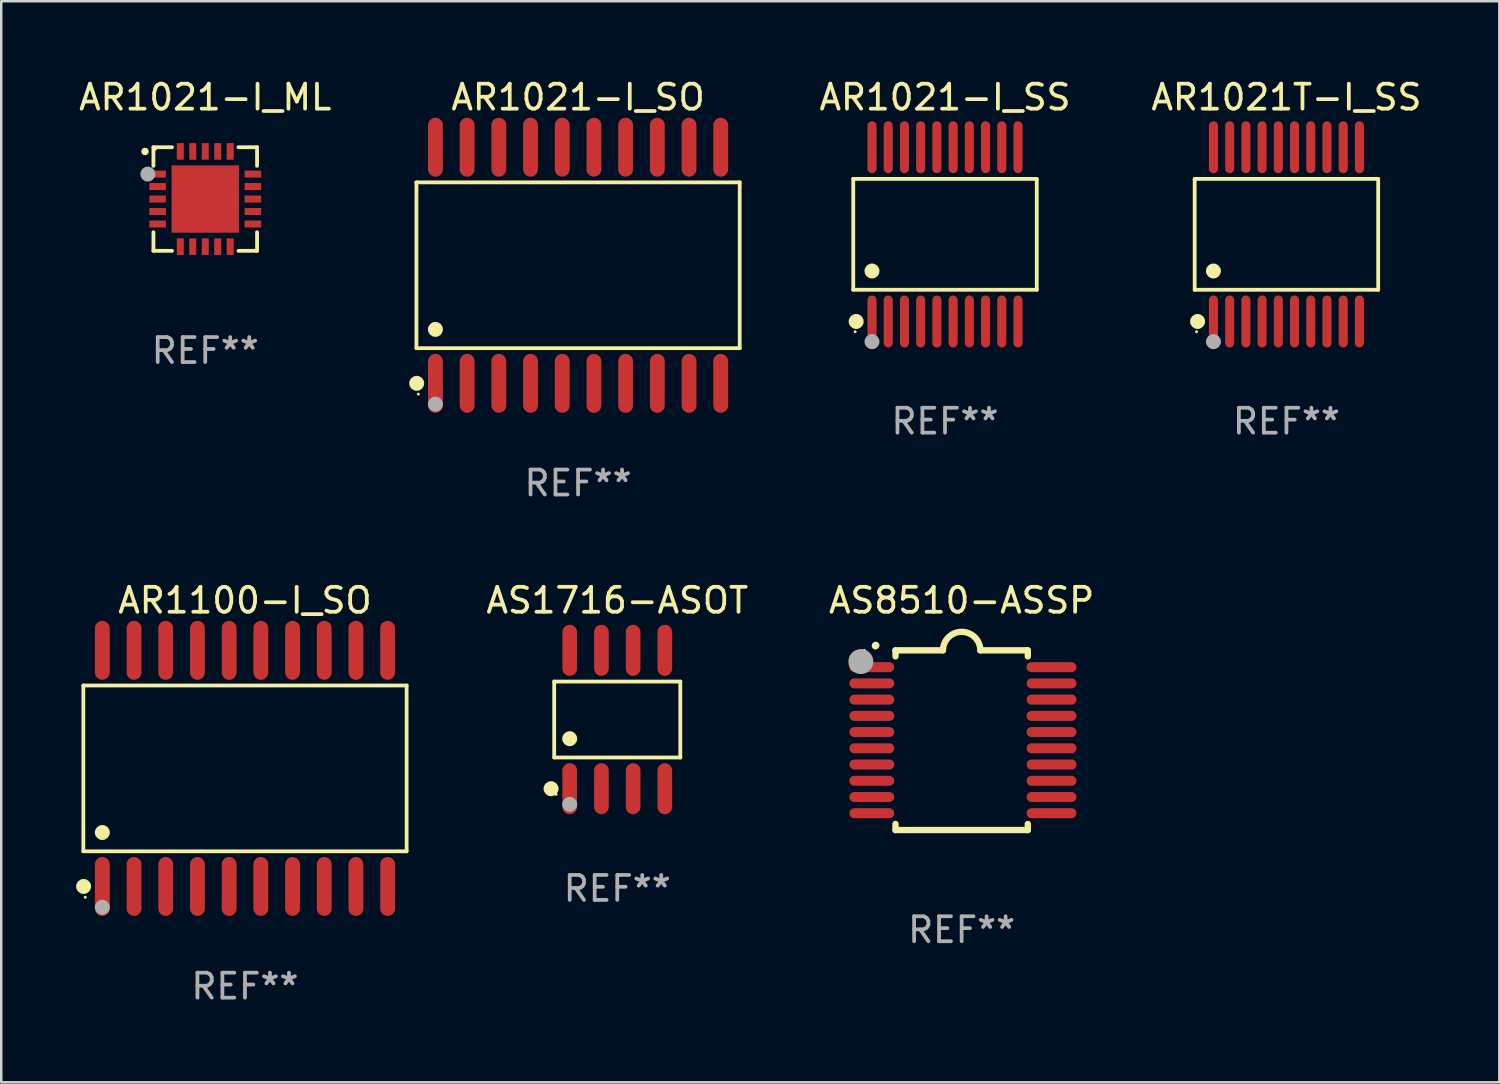
<source format=kicad_pcb>
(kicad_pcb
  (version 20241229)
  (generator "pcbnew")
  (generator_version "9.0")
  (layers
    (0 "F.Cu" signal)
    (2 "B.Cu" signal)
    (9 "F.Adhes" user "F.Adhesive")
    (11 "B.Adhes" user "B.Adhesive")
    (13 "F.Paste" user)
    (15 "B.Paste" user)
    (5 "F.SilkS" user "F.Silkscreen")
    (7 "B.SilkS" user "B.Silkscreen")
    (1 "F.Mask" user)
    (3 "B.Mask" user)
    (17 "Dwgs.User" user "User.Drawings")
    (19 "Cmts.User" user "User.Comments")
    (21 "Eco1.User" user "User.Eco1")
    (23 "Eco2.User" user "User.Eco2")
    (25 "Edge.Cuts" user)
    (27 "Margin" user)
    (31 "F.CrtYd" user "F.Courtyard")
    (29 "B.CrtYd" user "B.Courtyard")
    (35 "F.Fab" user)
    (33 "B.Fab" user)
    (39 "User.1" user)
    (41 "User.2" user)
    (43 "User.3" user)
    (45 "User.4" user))
  (footprint "AR1021-I_SS"
    (layer "F.Cu")
    (at 34.811 6.339)
    (property "Reference" "AR1021-I_SS" (at 0 -5.491 0) (layer "F.SilkS") (effects (font (size 1 1) (thickness 0.15))))
    (attr through_hole)
    (fp_line (start -3.676 -2.221) (end 3.676 -2.221) (stroke (width 0.152) (type solid)) (layer "F.SilkS"))
    (fp_line (start -3.676 2.221) (end -3.676 -2.221) (stroke (width 0.152) (type solid)) (layer "F.SilkS"))
    (fp_line (start 3.676 -2.221) (end 3.676 2.221) (stroke (width 0.152) (type solid)) (layer "F.SilkS"))
    (fp_line (start 3.676 2.221) (end -3.676 2.221) (stroke (width 0.152) (type solid)) (layer "F.SilkS"))
    (fp_circle (center -3.6 3.9) (end -3.57 3.9) (stroke (width 0.06) (type solid)) (fill no) (layer "F.SilkS"))
    (fp_circle (center -3.559 3.491) (end -3.409 3.491) (stroke (width 0.3) (type solid)) (fill no) (layer "F.SilkS"))
    (fp_circle (center -2.925 1.469) (end -2.775 1.469) (stroke (width 0.3) (type solid)) (fill no) (layer "F.SilkS"))
    (fp_circle (center -2.925 4.3) (end -2.775 4.3) (stroke (width 0.3) (type solid)) (fill no) (layer "F.Fab"))
    (fp_text user "REF**" (at 0 7.491 0) (layer "F.Fab") (effects (font (size 1 1) (thickness 0.15))))
    (pad "1" smd oval (at -2.925 3.491) (size 0.364 2.082) (layers "F.Cu" "F.Mask" "F.Paste"))
    (pad "2" smd oval (at -2.275 3.491) (size 0.364 2.082) (layers "F.Cu" "F.Mask" "F.Paste"))
    (pad "3" smd oval (at -1.625 3.491) (size 0.364 2.082) (layers "F.Cu" "F.Mask" "F.Paste"))
    (pad "4" smd oval (at -0.975 3.491) (size 0.364 2.082) (layers "F.Cu" "F.Mask" "F.Paste"))
    (pad "5" smd oval (at -0.325 3.491) (size 0.364 2.082) (layers "F.Cu" "F.Mask" "F.Paste"))
    (pad "6" smd oval (at 0.325 3.491) (size 0.364 2.082) (layers "F.Cu" "F.Mask" "F.Paste"))
    (pad "7" smd oval (at 0.975 3.491) (size 0.364 2.082) (layers "F.Cu" "F.Mask" "F.Paste"))
    (pad "8" smd oval (at 1.625 3.491) (size 0.364 2.082) (layers "F.Cu" "F.Mask" "F.Paste"))
    (pad "9" smd oval (at 2.275 3.491) (size 0.364 2.082) (layers "F.Cu" "F.Mask" "F.Paste"))
    (pad "10" smd oval (at 2.925 3.491) (size 0.364 2.082) (layers "F.Cu" "F.Mask" "F.Paste"))
    (pad "11" smd oval (at 2.925 -3.491) (size 0.364 2.082) (layers "F.Cu" "F.Mask" "F.Paste"))
    (pad "12" smd oval (at 2.275 -3.491) (size 0.364 2.082) (layers "F.Cu" "F.Mask" "F.Paste"))
    (pad "13" smd oval (at 1.625 -3.491) (size 0.364 2.082) (layers "F.Cu" "F.Mask" "F.Paste"))
    (pad "14" smd oval (at 0.975 -3.491) (size 0.364 2.082) (layers "F.Cu" "F.Mask" "F.Paste"))
    (pad "15" smd oval (at 0.325 -3.491) (size 0.364 2.082) (layers "F.Cu" "F.Mask" "F.Paste"))
    (pad "16" smd oval (at -0.325 -3.491) (size 0.364 2.082) (layers "F.Cu" "F.Mask" "F.Paste"))
    (pad "17" smd oval (at -0.975 -3.491) (size 0.364 2.082) (layers "F.Cu" "F.Mask" "F.Paste"))
    (pad "18" smd oval (at -1.625 -3.491) (size 0.364 2.082) (layers "F.Cu" "F.Mask" "F.Paste"))
    (pad "19" smd oval (at -2.275 -3.491) (size 0.364 2.082) (layers "F.Cu" "F.Mask" "F.Paste"))
    (pad "20" smd oval (at -2.925 -3.491) (size 0.364 2.082) (layers "F.Cu" "F.Mask" "F.Paste")))
  (footprint "AR1021-I_SO"
    (layer "F.Cu")
    (at 20.11 7.578)
    (property "Reference" "AR1021-I_SO" (at 0 -6.73 0) (layer "F.SilkS") (effects (font (size 1 1) (thickness 0.15))))
    (attr through_hole)
    (fp_line (start -6.476 -3.321) (end 6.476 -3.321) (stroke (width 0.152) (type solid)) (layer "F.SilkS"))
    (fp_line (start -6.476 3.321) (end -6.476 -3.321) (stroke (width 0.152) (type solid)) (layer "F.SilkS"))
    (fp_line (start 6.476 -3.321) (end 6.476 3.321) (stroke (width 0.152) (type solid)) (layer "F.SilkS"))
    (fp_line (start 6.476 3.321) (end -6.476 3.321) (stroke (width 0.152) (type solid)) (layer "F.SilkS"))
    (fp_circle (center -6.465 4.73) (end -6.315 4.73) (stroke (width 0.3) (type solid)) (fill no) (layer "F.SilkS"))
    (fp_circle (center -6.4 5.163) (end -6.37 5.163) (stroke (width 0.06) (type solid)) (fill no) (layer "F.SilkS"))
    (fp_circle (center -5.715 2.569) (end -5.565 2.569) (stroke (width 0.3) (type solid)) (fill no) (layer "F.SilkS"))
    (fp_circle (center -5.715 5.563) (end -5.565 5.563) (stroke (width 0.3) (type solid)) (fill no) (layer "F.Fab"))
    (fp_text user "REF**" (at 0 8.73 0) (layer "F.Fab") (effects (font (size 1 1) (thickness 0.15))))
    (pad "1" smd oval (at -5.715 4.73) (size 0.595 2.36) (layers "F.Cu" "F.Mask" "F.Paste"))
    (pad "2" smd oval (at -4.445 4.73) (size 0.595 2.36) (layers "F.Cu" "F.Mask" "F.Paste"))
    (pad "3" smd oval (at -3.175 4.73) (size 0.595 2.36) (layers "F.Cu" "F.Mask" "F.Paste"))
    (pad "4" smd oval (at -1.905 4.73) (size 0.595 2.36) (layers "F.Cu" "F.Mask" "F.Paste"))
    (pad "5" smd oval (at -0.635 4.73) (size 0.595 2.36) (layers "F.Cu" "F.Mask" "F.Paste"))
    (pad "6" smd oval (at 0.635 4.73) (size 0.595 2.36) (layers "F.Cu" "F.Mask" "F.Paste"))
    (pad "7" smd oval (at 1.905 4.73) (size 0.595 2.36) (layers "F.Cu" "F.Mask" "F.Paste"))
    (pad "8" smd oval (at 3.175 4.73) (size 0.595 2.36) (layers "F.Cu" "F.Mask" "F.Paste"))
    (pad "9" smd oval (at 4.445 4.73) (size 0.595 2.36) (layers "F.Cu" "F.Mask" "F.Paste"))
    (pad "10" smd oval (at 5.715 4.73) (size 0.595 2.36) (layers "F.Cu" "F.Mask" "F.Paste"))
    (pad "11" smd oval (at 5.715 -4.73) (size 0.595 2.36) (layers "F.Cu" "F.Mask" "F.Paste"))
    (pad "12" smd oval (at 4.445 -4.73) (size 0.595 2.36) (layers "F.Cu" "F.Mask" "F.Paste"))
    (pad "13" smd oval (at 3.175 -4.73) (size 0.595 2.36) (layers "F.Cu" "F.Mask" "F.Paste"))
    (pad "14" smd oval (at 1.905 -4.73) (size 0.595 2.36) (layers "F.Cu" "F.Mask" "F.Paste"))
    (pad "15" smd oval (at 0.635 -4.73) (size 0.595 2.36) (layers "F.Cu" "F.Mask" "F.Paste"))
    (pad "16" smd oval (at -0.635 -4.73) (size 0.595 2.36) (layers "F.Cu" "F.Mask" "F.Paste"))
    (pad "17" smd oval (at -1.905 -4.73) (size 0.595 2.36) (layers "F.Cu" "F.Mask" "F.Paste"))
    (pad "18" smd oval (at -3.175 -4.73) (size 0.595 2.36) (layers "F.Cu" "F.Mask" "F.Paste"))
    (pad "19" smd oval (at -4.445 -4.73) (size 0.595 2.36) (layers "F.Cu" "F.Mask" "F.Paste"))
    (pad "20" smd oval (at -5.715 -4.73) (size 0.595 2.36) (layers "F.Cu" "F.Mask" "F.Paste")))
  (footprint "AR1021T-I_SS"
    (layer "F.Cu")
    (at 48.49 6.339)
    (property "Reference" "AR1021T-I_SS" (at 0 -5.491 0) (layer "F.SilkS") (effects (font (size 1 1) (thickness 0.15))))
    (attr through_hole)
    (fp_line (start -3.676 -2.221) (end 3.676 -2.221) (stroke (width 0.152) (type solid)) (layer "F.SilkS"))
    (fp_line (start -3.676 2.221) (end -3.676 -2.221) (stroke (width 0.152) (type solid)) (layer "F.SilkS"))
    (fp_line (start 3.676 -2.221) (end 3.676 2.221) (stroke (width 0.152) (type solid)) (layer "F.SilkS"))
    (fp_line (start 3.676 2.221) (end -3.676 2.221) (stroke (width 0.152) (type solid)) (layer "F.SilkS"))
    (fp_circle (center -3.6 3.9) (end -3.57 3.9) (stroke (width 0.06) (type solid)) (fill no) (layer "F.SilkS"))
    (fp_circle (center -3.559 3.491) (end -3.409 3.491) (stroke (width 0.3) (type solid)) (fill no) (layer "F.SilkS"))
    (fp_circle (center -2.925 1.469) (end -2.775 1.469) (stroke (width 0.3) (type solid)) (fill no) (layer "F.SilkS"))
    (fp_circle (center -2.925 4.3) (end -2.775 4.3) (stroke (width 0.3) (type solid)) (fill no) (layer "F.Fab"))
    (fp_text user "REF**" (at 0 7.491 0) (layer "F.Fab") (effects (font (size 1 1) (thickness 0.15))))
    (pad "1" smd oval (at -2.925 3.491) (size 0.364 2.082) (layers "F.Cu" "F.Mask" "F.Paste"))
    (pad "2" smd oval (at -2.275 3.491) (size 0.364 2.082) (layers "F.Cu" "F.Mask" "F.Paste"))
    (pad "3" smd oval (at -1.625 3.491) (size 0.364 2.082) (layers "F.Cu" "F.Mask" "F.Paste"))
    (pad "4" smd oval (at -0.975 3.491) (size 0.364 2.082) (layers "F.Cu" "F.Mask" "F.Paste"))
    (pad "5" smd oval (at -0.325 3.491) (size 0.364 2.082) (layers "F.Cu" "F.Mask" "F.Paste"))
    (pad "6" smd oval (at 0.325 3.491) (size 0.364 2.082) (layers "F.Cu" "F.Mask" "F.Paste"))
    (pad "7" smd oval (at 0.975 3.491) (size 0.364 2.082) (layers "F.Cu" "F.Mask" "F.Paste"))
    (pad "8" smd oval (at 1.625 3.491) (size 0.364 2.082) (layers "F.Cu" "F.Mask" "F.Paste"))
    (pad "9" smd oval (at 2.275 3.491) (size 0.364 2.082) (layers "F.Cu" "F.Mask" "F.Paste"))
    (pad "10" smd oval (at 2.925 3.491) (size 0.364 2.082) (layers "F.Cu" "F.Mask" "F.Paste"))
    (pad "11" smd oval (at 2.925 -3.491) (size 0.364 2.082) (layers "F.Cu" "F.Mask" "F.Paste"))
    (pad "12" smd oval (at 2.275 -3.491) (size 0.364 2.082) (layers "F.Cu" "F.Mask" "F.Paste"))
    (pad "13" smd oval (at 1.625 -3.491) (size 0.364 2.082) (layers "F.Cu" "F.Mask" "F.Paste"))
    (pad "14" smd oval (at 0.975 -3.491) (size 0.364 2.082) (layers "F.Cu" "F.Mask" "F.Paste"))
    (pad "15" smd oval (at 0.325 -3.491) (size 0.364 2.082) (layers "F.Cu" "F.Mask" "F.Paste"))
    (pad "16" smd oval (at -0.325 -3.491) (size 0.364 2.082) (layers "F.Cu" "F.Mask" "F.Paste"))
    (pad "17" smd oval (at -0.975 -3.491) (size 0.364 2.082) (layers "F.Cu" "F.Mask" "F.Paste"))
    (pad "18" smd oval (at -1.625 -3.491) (size 0.364 2.082) (layers "F.Cu" "F.Mask" "F.Paste"))
    (pad "19" smd oval (at -2.275 -3.491) (size 0.364 2.082) (layers "F.Cu" "F.Mask" "F.Paste"))
    (pad "20" smd oval (at -2.925 -3.491) (size 0.364 2.082) (layers "F.Cu" "F.Mask" "F.Paste")))
  (footprint "AR1021-I_ML"
    (layer "F.Cu")
    (at 5.173 4.924)
    (property "Reference" "AR1021-I_ML" (at 0 -4.076 0) (layer "F.SilkS") (effects (font (size 1 1) (thickness 0.15))))
    (attr through_hole)
    (fp_line (start -2.076 -2.076) (end -2.076 -1.331) (stroke (width 0.152) (type solid)) (layer "F.SilkS"))
    (fp_line (start -2.076 2.076) (end -2.076 1.331) (stroke (width 0.152) (type solid)) (layer "F.SilkS"))
    (fp_line (start -1.331 -2.076) (end -2.076 -2.076) (stroke (width 0.152) (type solid)) (layer "F.SilkS"))
    (fp_line (start -1.331 2.076) (end -2.076 2.076) (stroke (width 0.152) (type solid)) (layer "F.SilkS"))
    (fp_line (start 1.331 -2.076) (end 2.076 -2.076) (stroke (width 0.152) (type solid)) (layer "F.SilkS"))
    (fp_line (start 1.331 2.076) (end 2.076 2.076) (stroke (width 0.152) (type solid)) (layer "F.SilkS"))
    (fp_line (start 2.076 -2.076) (end 2.076 -1.331) (stroke (width 0.152) (type solid)) (layer "F.SilkS"))
    (fp_line (start 2.076 2.076) (end 2.076 1.331) (stroke (width 0.152) (type solid)) (layer "F.SilkS"))
    (fp_circle (center -2.413 -1.905) (end -2.338 -1.905) (stroke (width 0.15) (type solid)) (fill no) (layer "F.SilkS"))
    (fp_circle (center -2 -2) (end -1.97 -2) (stroke (width 0.06) (type solid)) (fill no) (layer "F.SilkS"))
    (fp_circle (center -2.3 -1) (end -2.15 -1) (stroke (width 0.3) (type solid)) (fill no) (layer "F.Fab"))
    (fp_text user "REF**" (at 0 6.076 0) (layer "F.Fab") (effects (font (size 1 1) (thickness 0.15))))
    (pad "1" smd rect (at -1.908 -1) (size 0.665 0.28) (layers "F.Cu" "F.Mask" "F.Paste"))
    (pad "2" smd rect (at -1.908 -0.5) (size 0.665 0.28) (layers "F.Cu" "F.Mask" "F.Paste"))
    (pad "3" smd rect (at -1.908 0) (size 0.665 0.28) (layers "F.Cu" "F.Mask" "F.Paste"))
    (pad "4" smd rect (at -1.908 0.5) (size 0.665 0.28) (layers "F.Cu" "F.Mask" "F.Paste"))
    (pad "5" smd rect (at -1.908 1) (size 0.665 0.28) (layers "F.Cu" "F.Mask" "F.Paste"))
    (pad "6" smd rect (at -1 1.908) (size 0.28 0.665) (layers "F.Cu" "F.Mask" "F.Paste"))
    (pad "7" smd rect (at -0.5 1.908) (size 0.28 0.665) (layers "F.Cu" "F.Mask" "F.Paste"))
    (pad "8" smd rect (at 0 1.908) (size 0.28 0.665) (layers "F.Cu" "F.Mask" "F.Paste"))
    (pad "9" smd rect (at 0.5 1.908) (size 0.28 0.665) (layers "F.Cu" "F.Mask" "F.Paste"))
    (pad "10" smd rect (at 1 1.908) (size 0.28 0.665) (layers "F.Cu" "F.Mask" "F.Paste"))
    (pad "11" smd rect (at 1.908 1) (size 0.665 0.28) (layers "F.Cu" "F.Mask" "F.Paste"))
    (pad "12" smd rect (at 1.908 0.5) (size 0.665 0.28) (layers "F.Cu" "F.Mask" "F.Paste"))
    (pad "13" smd rect (at 1.908 0) (size 0.665 0.28) (layers "F.Cu" "F.Mask" "F.Paste"))
    (pad "14" smd rect (at 1.908 -0.5) (size 0.665 0.28) (layers "F.Cu" "F.Mask" "F.Paste"))
    (pad "15" smd rect (at 1.908 -1) (size 0.665 0.28) (layers "F.Cu" "F.Mask" "F.Paste"))
    (pad "16" smd rect (at 1 -1.908) (size 0.28 0.665) (layers "F.Cu" "F.Mask" "F.Paste"))
    (pad "17" smd rect (at 0.5 -1.908) (size 0.28 0.665) (layers "F.Cu" "F.Mask" "F.Paste"))
    (pad "18" smd rect (at 0 -1.908) (size 0.28 0.665) (layers "F.Cu" "F.Mask" "F.Paste"))
    (pad "19" smd rect (at -0.5 -1.908) (size 0.28 0.665) (layers "F.Cu" "F.Mask" "F.Paste"))
    (pad "20" smd rect (at -1 -1.908) (size 0.28 0.665) (layers "F.Cu" "F.Mask" "F.Paste"))
    (pad "21" smd rect (at 0 0) (size 2.7 2.7) (layers "F.Cu" "F.Mask" "F.Paste")))
  (footprint "AS8510-ASSP"
    (layer "F.Cu")
    (at 35.478 26.605)
    (property "Reference" "AS8510-ASSP" (at 0 -5.6 0) (layer "F.SilkS") (effects (font (size 1 1) (thickness 0.15))))
    (attr through_hole)
    (fp_line (start -2.65 -3.6) (end -2.65 -3.357) (stroke (width 0.254) (type solid)) (layer "F.SilkS"))
    (fp_line (start -2.65 -3.6) (end -0.75 -3.6) (stroke (width 0.254) (type solid)) (layer "F.SilkS"))
    (fp_line (start -2.65 3.357) (end -2.65 3.6) (stroke (width 0.254) (type solid)) (layer "F.SilkS"))
    (fp_line (start 2.65 -3.6) (end 0.75 -3.6) (stroke (width 0.254) (type solid)) (layer "F.SilkS"))
    (fp_line (start 2.65 -3.6) (end 2.65 -3.357) (stroke (width 0.254) (type solid)) (layer "F.SilkS"))
    (fp_line (start 2.65 3.357) (end 2.65 3.6) (stroke (width 0.254) (type solid)) (layer "F.SilkS"))
    (fp_line (start 2.65 3.6) (end -2.65 3.6) (stroke (width 0.254) (type solid)) (layer "F.SilkS"))
    (fp_arc (start -3.454407 -3.784608) (mid -3.449499 -3.78986) (end -3.444247 -3.794768) (stroke (width 0.3) (type solid)) (layer "F.SilkS"))
    (fp_arc (start -0.749301 -3.599186) (mid -0.000051 -4.348844) (end 0.750013 -3.6) (stroke (width 0.254001) (type solid)) (layer "F.SilkS"))
    (fp_circle (center -3.9 -3.6) (end -3.87 -3.6) (stroke (width 0.06) (type solid)) (fill no) (layer "F.SilkS"))
    (fp_circle (center -4.039 -3.15) (end -3.789 -3.15) (stroke (width 0.5) (type solid)) (fill no) (layer "F.Fab"))
    (fp_text user "REF**" (at 0 7.6 0) (layer "F.Fab") (effects (font (size 1 1) (thickness 0.15))))
    (pad "1" smd oval (at -3.6 -2.926 90) (size 0.4 1.8) (layers "F.Cu" "F.Mask" "F.Paste"))
    (pad "2" smd oval (at -3.6 -2.276 90) (size 0.4 1.8) (layers "F.Cu" "F.Mask" "F.Paste"))
    (pad "3" smd oval (at -3.6 -1.626 90) (size 0.4 1.8) (layers "F.Cu" "F.Mask" "F.Paste"))
    (pad "4" smd oval (at -3.6 -0.975 90) (size 0.4 1.8) (layers "F.Cu" "F.Mask" "F.Paste"))
    (pad "5" smd oval (at -3.6 -0.325 90) (size 0.4 1.8) (layers "F.Cu" "F.Mask" "F.Paste"))
    (pad "6" smd oval (at -3.6 0.325 90) (size 0.4 1.8) (layers "F.Cu" "F.Mask" "F.Paste"))
    (pad "7" smd oval (at -3.6 0.975 90) (size 0.4 1.8) (layers "F.Cu" "F.Mask" "F.Paste"))
    (pad "8" smd oval (at -3.6 1.626 90) (size 0.4 1.8) (layers "F.Cu" "F.Mask" "F.Paste"))
    (pad "9" smd oval (at -3.6 2.276 90) (size 0.4 1.8) (layers "F.Cu" "F.Mask" "F.Paste"))
    (pad "10" smd oval (at -3.6 2.926 90) (size 0.4 1.8) (layers "F.Cu" "F.Mask" "F.Paste"))
    (pad "11" smd oval (at 3.6 2.926 90) (size 0.4 2) (layers "F.Cu" "F.Mask" "F.Paste"))
    (pad "12" smd oval (at 3.6 2.276 90) (size 0.4 2) (layers "F.Cu" "F.Mask" "F.Paste"))
    (pad "13" smd oval (at 3.6 1.626 90) (size 0.4 2) (layers "F.Cu" "F.Mask" "F.Paste"))
    (pad "14" smd oval (at 3.6 0.975 90) (size 0.4 2) (layers "F.Cu" "F.Mask" "F.Paste"))
    (pad "15" smd oval (at 3.6 0.325 90) (size 0.4 2) (layers "F.Cu" "F.Mask" "F.Paste"))
    (pad "16" smd oval (at 3.6 -0.325 90) (size 0.4 2) (layers "F.Cu" "F.Mask" "F.Paste"))
    (pad "17" smd oval (at 3.6 -0.975 90) (size 0.4 2) (layers "F.Cu" "F.Mask" "F.Paste"))
    (pad "18" smd oval (at 3.6 -1.626 90) (size 0.4 2) (layers "F.Cu" "F.Mask" "F.Paste"))
    (pad "19" smd oval (at 3.6 -2.276 90) (size 0.4 2) (layers "F.Cu" "F.Mask" "F.Paste"))
    (pad "20" smd oval (at 3.6 -2.926 90) (size 0.4 2) (layers "F.Cu" "F.Mask" "F.Paste")))
  (footprint "AR1100-I_SO"
    (layer "F.Cu")
    (at 6.765 27.735)
    (property "Reference" "AR1100-I_SO" (at 0 -6.73 0) (layer "F.SilkS") (effects (font (size 1 1) (thickness 0.15))))
    (attr through_hole)
    (fp_line (start -6.476 -3.321) (end 6.476 -3.321) (stroke (width 0.152) (type solid)) (layer "F.SilkS"))
    (fp_line (start -6.476 3.321) (end -6.476 -3.321) (stroke (width 0.152) (type solid)) (layer "F.SilkS"))
    (fp_line (start 6.476 -3.321) (end 6.476 3.321) (stroke (width 0.152) (type solid)) (layer "F.SilkS"))
    (fp_line (start 6.476 3.321) (end -6.476 3.321) (stroke (width 0.152) (type solid)) (layer "F.SilkS"))
    (fp_circle (center -6.465 4.73) (end -6.315 4.73) (stroke (width 0.3) (type solid)) (fill no) (layer "F.SilkS"))
    (fp_circle (center -6.4 5.163) (end -6.37 5.163) (stroke (width 0.06) (type solid)) (fill no) (layer "F.SilkS"))
    (fp_circle (center -5.715 2.569) (end -5.565 2.569) (stroke (width 0.3) (type solid)) (fill no) (layer "F.SilkS"))
    (fp_circle (center -5.715 5.563) (end -5.565 5.563) (stroke (width 0.3) (type solid)) (fill no) (layer "F.Fab"))
    (fp_text user "REF**" (at 0 8.73 0) (layer "F.Fab") (effects (font (size 1 1) (thickness 0.15))))
    (pad "1" smd oval (at -5.715 4.73) (size 0.595 2.36) (layers "F.Cu" "F.Mask" "F.Paste"))
    (pad "2" smd oval (at -4.445 4.73) (size 0.595 2.36) (layers "F.Cu" "F.Mask" "F.Paste"))
    (pad "3" smd oval (at -3.175 4.73) (size 0.595 2.36) (layers "F.Cu" "F.Mask" "F.Paste"))
    (pad "4" smd oval (at -1.905 4.73) (size 0.595 2.36) (layers "F.Cu" "F.Mask" "F.Paste"))
    (pad "5" smd oval (at -0.635 4.73) (size 0.595 2.36) (layers "F.Cu" "F.Mask" "F.Paste"))
    (pad "6" smd oval (at 0.635 4.73) (size 0.595 2.36) (layers "F.Cu" "F.Mask" "F.Paste"))
    (pad "7" smd oval (at 1.905 4.73) (size 0.595 2.36) (layers "F.Cu" "F.Mask" "F.Paste"))
    (pad "8" smd oval (at 3.175 4.73) (size 0.595 2.36) (layers "F.Cu" "F.Mask" "F.Paste"))
    (pad "9" smd oval (at 4.445 4.73) (size 0.595 2.36) (layers "F.Cu" "F.Mask" "F.Paste"))
    (pad "10" smd oval (at 5.715 4.73) (size 0.595 2.36) (layers "F.Cu" "F.Mask" "F.Paste"))
    (pad "11" smd oval (at 5.715 -4.73) (size 0.595 2.36) (layers "F.Cu" "F.Mask" "F.Paste"))
    (pad "12" smd oval (at 4.445 -4.73) (size 0.595 2.36) (layers "F.Cu" "F.Mask" "F.Paste"))
    (pad "13" smd oval (at 3.175 -4.73) (size 0.595 2.36) (layers "F.Cu" "F.Mask" "F.Paste"))
    (pad "14" smd oval (at 1.905 -4.73) (size 0.595 2.36) (layers "F.Cu" "F.Mask" "F.Paste"))
    (pad "15" smd oval (at 0.635 -4.73) (size 0.595 2.36) (layers "F.Cu" "F.Mask" "F.Paste"))
    (pad "16" smd oval (at -0.635 -4.73) (size 0.595 2.36) (layers "F.Cu" "F.Mask" "F.Paste"))
    (pad "17" smd oval (at -1.905 -4.73) (size 0.595 2.36) (layers "F.Cu" "F.Mask" "F.Paste"))
    (pad "18" smd oval (at -3.175 -4.73) (size 0.595 2.36) (layers "F.Cu" "F.Mask" "F.Paste"))
    (pad "19" smd oval (at -4.445 -4.73) (size 0.595 2.36) (layers "F.Cu" "F.Mask" "F.Paste"))
    (pad "20" smd oval (at -5.715 -4.73) (size 0.595 2.36) (layers "F.Cu" "F.Mask" "F.Paste")))
  (footprint "AS1716-ASOT"
    (layer "F.Cu")
    (at 21.68 25.777)
    (property "Reference" "AS1716-ASOT" (at 0 -4.772 0) (layer "F.SilkS") (effects (font (size 1 1) (thickness 0.15))))
    (attr through_hole)
    (fp_line (start -2.526 -1.521) (end 2.526 -1.521) (stroke (width 0.152) (type solid)) (layer "F.SilkS"))
    (fp_line (start -2.526 1.521) (end -2.526 -1.521) (stroke (width 0.152) (type solid)) (layer "F.SilkS"))
    (fp_line (start 2.526 -1.521) (end 2.526 1.521) (stroke (width 0.152) (type solid)) (layer "F.SilkS"))
    (fp_line (start 2.526 1.521) (end -2.526 1.521) (stroke (width 0.152) (type solid)) (layer "F.SilkS"))
    (fp_circle (center -2.652 2.772) (end -2.501 2.772) (stroke (width 0.3) (type solid)) (fill no) (layer "F.SilkS"))
    (fp_circle (center -2.45 3) (end -2.42 3) (stroke (width 0.06) (type solid)) (fill no) (layer "F.SilkS"))
    (fp_circle (center -1.905 0.769) (end -1.755 0.769) (stroke (width 0.3) (type solid)) (fill no) (layer "F.SilkS"))
    (fp_circle (center -1.905 3.4) (end -1.755 3.4) (stroke (width 0.3) (type solid)) (fill no) (layer "F.Fab"))
    (fp_text user "REF**" (at 0 6.772 0) (layer "F.Fab") (effects (font (size 1 1) (thickness 0.15))))
    (pad "1" smd oval (at -1.905 2.772) (size 0.588 2.045) (layers "F.Cu" "F.Mask" "F.Paste"))
    (pad "2" smd oval (at -0.635 2.772) (size 0.588 2.045) (layers "F.Cu" "F.Mask" "F.Paste"))
    (pad "3" smd oval (at 0.635 2.772) (size 0.588 2.045) (layers "F.Cu" "F.Mask" "F.Paste"))
    (pad "4" smd oval (at 1.905 2.772) (size 0.588 2.045) (layers "F.Cu" "F.Mask" "F.Paste"))
    (pad "5" smd oval (at 1.905 -2.772) (size 0.588 2.045) (layers "F.Cu" "F.Mask" "F.Paste"))
    (pad "6" smd oval (at 0.635 -2.772) (size 0.588 2.045) (layers "F.Cu" "F.Mask" "F.Paste"))
    (pad "7" smd oval (at -0.635 -2.772) (size 0.588 2.045) (layers "F.Cu" "F.Mask" "F.Paste"))
    (pad "8" smd oval (at -1.905 -2.772) (size 0.588 2.045) (layers "F.Cu" "F.Mask" "F.Paste")))
  (gr_rect
    (start -3 -3)
    (end 57.02 40.313)
    (stroke (width 0.1) (type default))
    (fill no)
    (layer "Edge.Cuts")))
</source>
